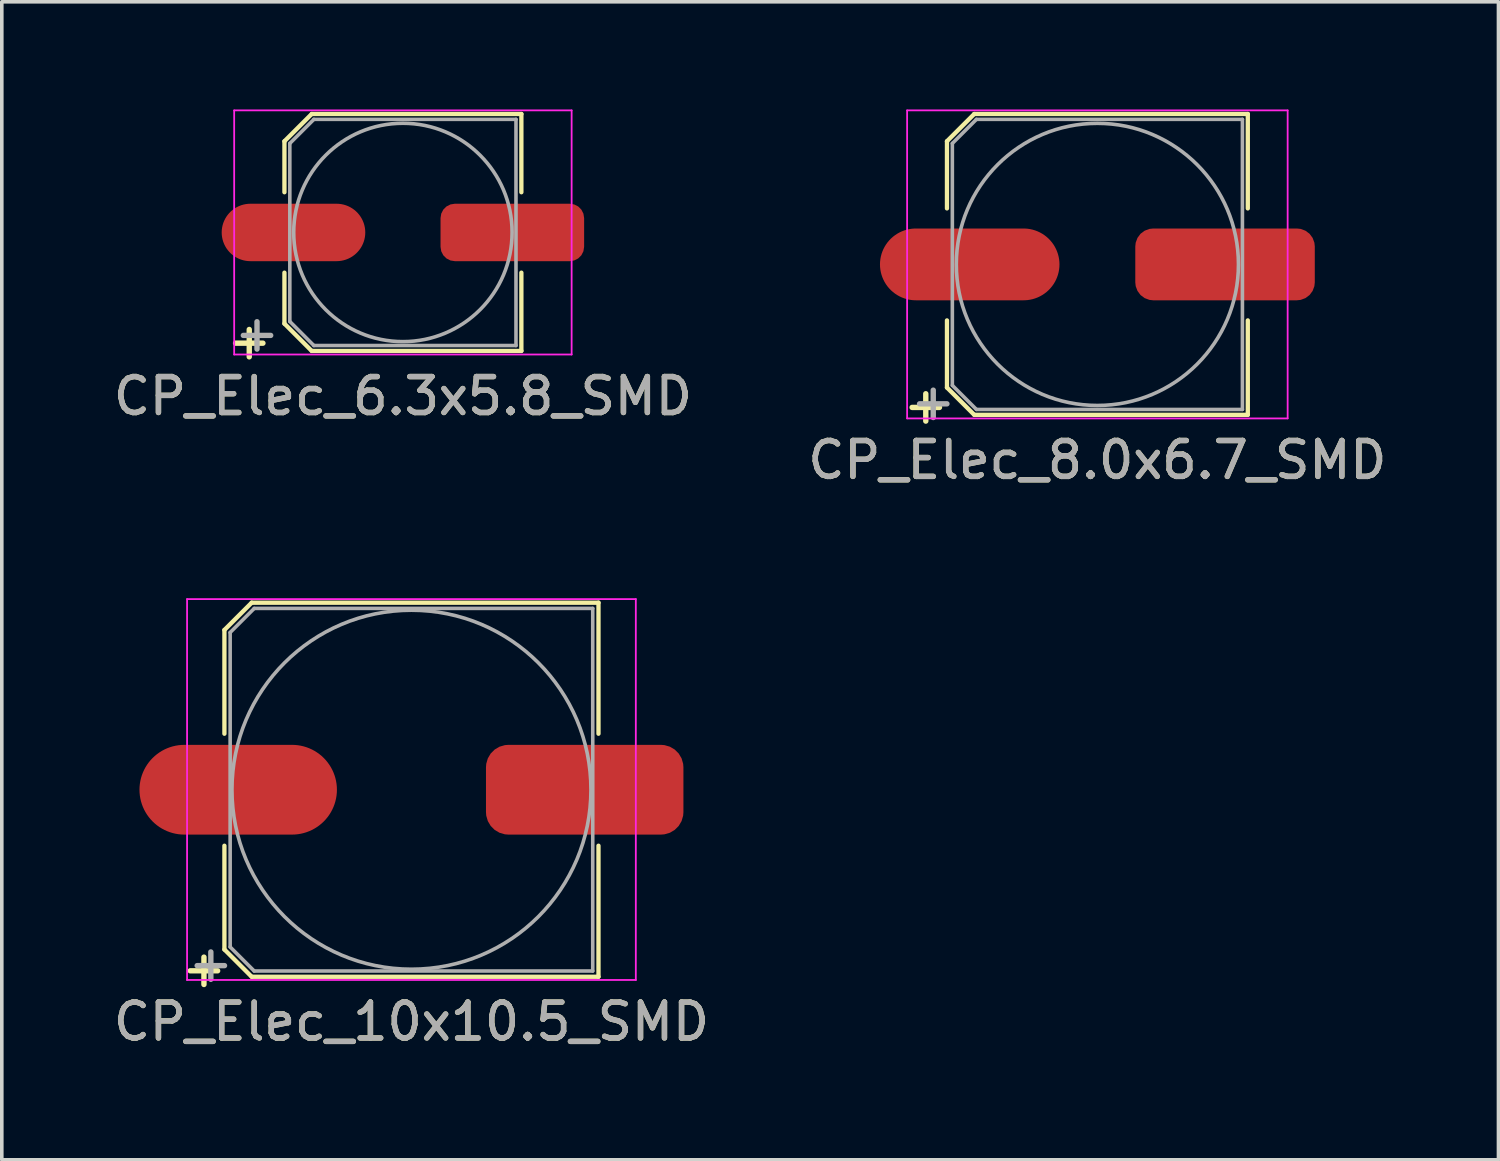
<source format=kicad_pcb>
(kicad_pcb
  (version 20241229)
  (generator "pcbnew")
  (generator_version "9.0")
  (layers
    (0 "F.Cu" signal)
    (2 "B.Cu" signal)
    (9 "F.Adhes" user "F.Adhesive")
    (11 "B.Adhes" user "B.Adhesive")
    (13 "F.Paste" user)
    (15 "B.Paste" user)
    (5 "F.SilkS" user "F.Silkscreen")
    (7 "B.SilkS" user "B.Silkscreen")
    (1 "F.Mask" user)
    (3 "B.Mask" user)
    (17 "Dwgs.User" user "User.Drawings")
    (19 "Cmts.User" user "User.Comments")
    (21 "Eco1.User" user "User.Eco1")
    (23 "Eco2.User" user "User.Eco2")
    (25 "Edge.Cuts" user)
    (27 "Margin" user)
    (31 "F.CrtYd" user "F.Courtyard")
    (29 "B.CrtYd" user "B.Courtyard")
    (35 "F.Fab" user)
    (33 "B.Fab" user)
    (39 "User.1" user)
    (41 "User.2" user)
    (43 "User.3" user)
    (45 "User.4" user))
  (footprint "CP_Elec_8.0x6.7_SMD"
    (layer "F.Cu")
    (at 27.518 4.315)
    (property "Reference" "CP_Elec_8.0x6.7_SMD" (at 0 5.45 0) (layer "F.SilkS") (effects (font (size 1 1) (thickness 0.15))))
    (attr smd)
    (fp_line (start -4.19 -3.43) (end -4.19 -1.56) (stroke (width 0.12) (type solid)) (layer "F.SilkS"))
    (fp_line (start -4.19 -3.43) (end -3.43 -4.19) (stroke (width 0.12) (type solid)) (layer "F.SilkS"))
    (fp_line (start -4.19 3.43) (end -4.19 1.56) (stroke (width 0.12) (type solid)) (layer "F.SilkS"))
    (fp_line (start -3.43 -4.19) (end 4.19 -4.19) (stroke (width 0.12) (type solid)) (layer "F.SilkS"))
    (fp_line (start -3.43 4.19) (end -4.19 3.43) (stroke (width 0.12) (type solid)) (layer "F.SilkS"))
    (fp_line (start 4.19 -4.19) (end 4.19 -1.56) (stroke (width 0.12) (type solid)) (layer "F.SilkS"))
    (fp_line (start 4.19 4.19) (end -3.43 4.19) (stroke (width 0.12) (type solid)) (layer "F.SilkS"))
    (fp_line (start 4.19 4.19) (end 4.19 1.56) (stroke (width 0.12) (type solid)) (layer "F.SilkS"))
    (fp_line (start -5.3 -4.29) (end -5.3 4.29) (stroke (width 0.05) (type solid)) (layer "F.CrtYd"))
    (fp_line (start -5.3 -4.29) (end 5.3 -4.29) (stroke (width 0.05) (type solid)) (layer "F.CrtYd"))
    (fp_line (start 5.3 4.29) (end -5.3 4.29) (stroke (width 0.05) (type solid)) (layer "F.CrtYd"))
    (fp_line (start 5.3 4.29) (end 5.3 -4.29) (stroke (width 0.05) (type solid)) (layer "F.CrtYd"))
    (fp_line (start -4.04 -3.37) (end -4.04 3.37) (stroke (width 0.1) (type solid)) (layer "F.Fab"))
    (fp_line (start -4.04 3.37) (end -3.37 4.04) (stroke (width 0.1) (type solid)) (layer "F.Fab"))
    (fp_line (start -3.37 -4.04) (end -4.04 -3.37) (stroke (width 0.1) (type solid)) (layer "F.Fab"))
    (fp_line (start -3.37 4.04) (end 4.04 4.04) (stroke (width 0.1) (type solid)) (layer "F.Fab"))
    (fp_line (start 4.04 -4.04) (end -3.37 -4.04) (stroke (width 0.1) (type solid)) (layer "F.Fab"))
    (fp_line (start 4.04 4.04) (end 4.04 -4.04) (stroke (width 0.1) (type solid)) (layer "F.Fab"))
    (fp_circle (center 0 0) (end 1 3.8) (stroke (width 0.1) (type solid)) (fill no) (layer "F.Fab"))
    (fp_text user "+" (at -4.78 3.91 0) (layer "F.SilkS") (effects (font (size 1 1) (thickness 0.15))))
    (fp_text user "+" (at -4.572 3.81 0) (layer "F.Fab") (effects (font (size 1 1) (thickness 0.15))))
    (fp_text user "${REFERENCE}" (at 0 5.45 0) (layer "F.Fab") (effects (font (size 1 1) (thickness 0.15))))
    (pad "1" smd oval (at -3.556 0 180) (size 5 2) (layers "F.Cu" "F.Mask" "F.Paste"))
    (pad "2" smd roundrect (at 3.556 0 180) (size 5 2) (layers "F.Cu" "F.Mask" "F.Paste") (roundrect_rratio 0.25)))
  (footprint "CP_Elec_6.3x5.8_SMD"
    (layer "F.Cu")
    (at 8.173 3.425)
    (property "Reference" "CP_Elec_6.3x5.8_SMD" (at 0 4.56 0) (layer "F.SilkS") (effects (font (size 1 1) (thickness 0.15))))
    (attr smd)
    (fp_line (start -3.3 -2.54) (end -3.3 -1.12) (stroke (width 0.12) (type solid)) (layer "F.SilkS"))
    (fp_line (start -3.3 -2.54) (end -2.54 -3.3) (stroke (width 0.12) (type solid)) (layer "F.SilkS"))
    (fp_line (start -3.3 2.54) (end -3.3 1.12) (stroke (width 0.12) (type solid)) (layer "F.SilkS"))
    (fp_line (start -2.54 -3.3) (end 3.3 -3.3) (stroke (width 0.12) (type solid)) (layer "F.SilkS"))
    (fp_line (start -2.54 3.3) (end -3.3 2.54) (stroke (width 0.12) (type solid)) (layer "F.SilkS"))
    (fp_line (start 3.3 -3.3) (end 3.3 -1.12) (stroke (width 0.12) (type solid)) (layer "F.SilkS"))
    (fp_line (start 3.3 3.3) (end -2.54 3.3) (stroke (width 0.12) (type solid)) (layer "F.SilkS"))
    (fp_line (start 3.3 3.3) (end 3.3 1.12) (stroke (width 0.12) (type solid)) (layer "F.SilkS"))
    (fp_line (start -4.7 -3.4) (end -4.7 3.4) (stroke (width 0.05) (type solid)) (layer "F.CrtYd"))
    (fp_line (start -4.7 -3.4) (end 4.7 -3.4) (stroke (width 0.05) (type solid)) (layer "F.CrtYd"))
    (fp_line (start 4.7 3.4) (end -4.7 3.4) (stroke (width 0.05) (type solid)) (layer "F.CrtYd"))
    (fp_line (start 4.7 3.4) (end 4.7 -3.4) (stroke (width 0.05) (type solid)) (layer "F.CrtYd"))
    (fp_line (start -3.15 -2.48) (end -3.15 2.48) (stroke (width 0.1) (type solid)) (layer "F.Fab"))
    (fp_line (start -3.15 2.48) (end -2.48 3.15) (stroke (width 0.1) (type solid)) (layer "F.Fab"))
    (fp_line (start -2.48 -3.15) (end -3.15 -2.48) (stroke (width 0.1) (type solid)) (layer "F.Fab"))
    (fp_line (start -2.48 3.15) (end 3.15 3.15) (stroke (width 0.1) (type solid)) (layer "F.Fab"))
    (fp_line (start 3.15 -3.15) (end -2.48 -3.15) (stroke (width 0.1) (type solid)) (layer "F.Fab"))
    (fp_line (start 3.15 3.15) (end 3.15 -3.15) (stroke (width 0.1) (type solid)) (layer "F.Fab"))
    (fp_circle (center 0 0) (end 0.5 3) (stroke (width 0.1) (type solid)) (fill no) (layer "F.Fab"))
    (fp_text user "+" (at -4.28 3.01 0) (layer "F.SilkS") (effects (font (size 1 1) (thickness 0.15))))
    (fp_text user "${REFERENCE}" (at 0 4.56 0) (layer "F.Fab") (effects (font (size 1 1) (thickness 0.15))))
    (fp_text user "+" (at -4.064 2.794 0) (layer "F.Fab") (effects (font (size 1 1) (thickness 0.15))))
    (pad "1" smd oval (at -3.048 0 180) (size 4 1.6) (layers "F.Cu" "F.Mask" "F.Paste"))
    (pad "2" smd roundrect (at 3.048 0 180) (size 4 1.6) (layers "F.Cu" "F.Mask" "F.Paste") (roundrect_rratio 0.25)))
  (footprint "CP_Elec_10x10.5_SMD"
    (layer "F.Cu")
    (at 8.411 18.948)
    (property "Reference" "CP_Elec_10x10.5_SMD" (at 0 6.46 0) (layer "F.SilkS") (effects (font (size 1 1) (thickness 0.15))))
    (attr smd)
    (fp_line (start -5.21 -4.45) (end -5.21 -1.56) (stroke (width 0.12) (type solid)) (layer "F.SilkS"))
    (fp_line (start -5.21 -4.45) (end -4.45 -5.21) (stroke (width 0.12) (type solid)) (layer "F.SilkS"))
    (fp_line (start -5.21 4.45) (end -5.21 1.56) (stroke (width 0.12) (type solid)) (layer "F.SilkS"))
    (fp_line (start -4.45 -5.21) (end 5.21 -5.21) (stroke (width 0.12) (type solid)) (layer "F.SilkS"))
    (fp_line (start -4.45 5.21) (end -5.21 4.45) (stroke (width 0.12) (type solid)) (layer "F.SilkS"))
    (fp_line (start 5.21 -5.21) (end 5.21 -1.56) (stroke (width 0.12) (type solid)) (layer "F.SilkS"))
    (fp_line (start 5.21 5.21) (end -4.45 5.21) (stroke (width 0.12) (type solid)) (layer "F.SilkS"))
    (fp_line (start 5.21 5.21) (end 5.21 1.56) (stroke (width 0.12) (type solid)) (layer "F.SilkS"))
    (fp_line (start -6.25 -5.31) (end -6.25 5.3) (stroke (width 0.05) (type solid)) (layer "F.CrtYd"))
    (fp_line (start -6.25 -5.31) (end 6.25 -5.31) (stroke (width 0.05) (type solid)) (layer "F.CrtYd"))
    (fp_line (start 6.25 5.3) (end -6.25 5.3) (stroke (width 0.05) (type solid)) (layer "F.CrtYd"))
    (fp_line (start 6.25 5.3) (end 6.25 -5.31) (stroke (width 0.05) (type solid)) (layer "F.CrtYd"))
    (fp_line (start -5.05 -4.38) (end -5.05 4.38) (stroke (width 0.1) (type solid)) (layer "F.Fab"))
    (fp_line (start -5.05 4.38) (end -4.38 5.05) (stroke (width 0.1) (type solid)) (layer "F.Fab"))
    (fp_line (start -4.38 -5.05) (end -5.05 -4.38) (stroke (width 0.1) (type solid)) (layer "F.Fab"))
    (fp_line (start -4.38 5.05) (end 5.05 5.05) (stroke (width 0.1) (type solid)) (layer "F.Fab"))
    (fp_line (start 5.05 -5.05) (end -4.38 -5.05) (stroke (width 0.1) (type solid)) (layer "F.Fab"))
    (fp_line (start 5.05 5.05) (end 5.05 -5.05) (stroke (width 0.1) (type solid)) (layer "F.Fab"))
    (fp_circle (center 0 0) (end 0 5) (stroke (width 0.1) (type solid)) (fill no) (layer "F.Fab"))
    (fp_text user "+" (at -5.78 4.97 0) (layer "F.SilkS") (effects (font (size 1 1) (thickness 0.15))))
    (fp_text user "+" (at -5.588 4.826 0) (layer "F.Fab") (effects (font (size 1 1) (thickness 0.15))))
    (fp_text user "${REFERENCE}" (at 0 6.46 0) (layer "F.Fab") (effects (font (size 1 1) (thickness 0.15))))
    (pad "1" smd oval (at -4.826 0 180) (size 5.5 2.5) (layers "F.Cu" "F.Mask" "F.Paste"))
    (pad "2" smd roundrect (at 4.826 0 180) (size 5.5 2.5) (layers "F.Cu" "F.Mask" "F.Paste") (roundrect_rratio 0.25)))
  (gr_rect
    (start -3 -3)
    (end 38.69 29.256)
    (stroke (width 0.1) (type default))
    (fill no)
    (layer "Edge.Cuts")))
</source>
